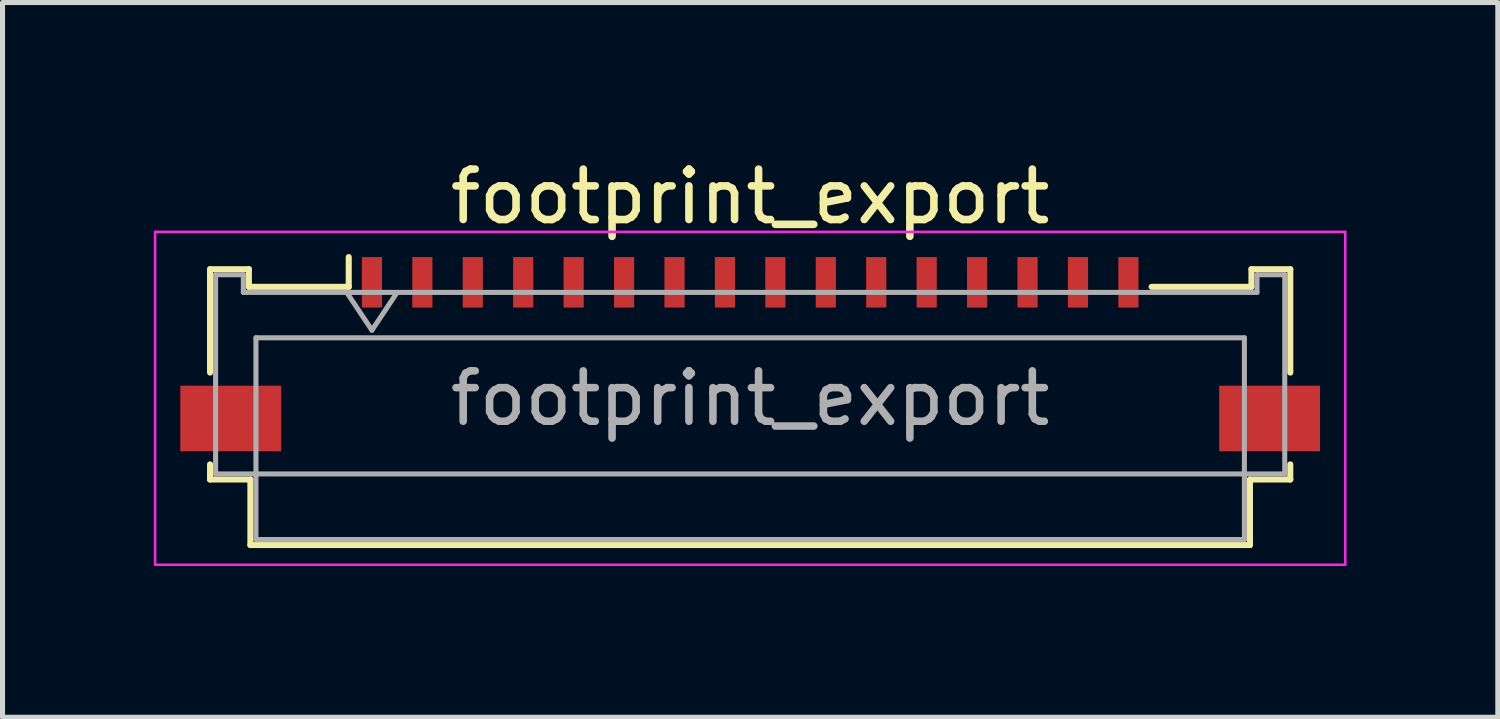
<source format=kicad_pcb>
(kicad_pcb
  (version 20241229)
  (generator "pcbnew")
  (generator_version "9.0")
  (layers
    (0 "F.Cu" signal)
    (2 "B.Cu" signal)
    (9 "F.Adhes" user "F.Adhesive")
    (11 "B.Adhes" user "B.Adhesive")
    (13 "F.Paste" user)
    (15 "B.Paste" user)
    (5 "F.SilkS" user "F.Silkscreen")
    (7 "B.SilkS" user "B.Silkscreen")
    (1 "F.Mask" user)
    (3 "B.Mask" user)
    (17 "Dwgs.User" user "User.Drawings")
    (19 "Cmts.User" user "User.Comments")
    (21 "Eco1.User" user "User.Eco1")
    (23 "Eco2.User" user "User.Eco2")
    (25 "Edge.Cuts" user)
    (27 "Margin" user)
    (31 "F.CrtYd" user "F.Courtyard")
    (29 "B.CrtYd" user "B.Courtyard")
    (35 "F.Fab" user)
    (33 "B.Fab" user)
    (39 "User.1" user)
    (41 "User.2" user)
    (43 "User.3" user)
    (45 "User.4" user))
  (footprint "footprint_export"
    (layer "F.Cu")
    (at 11.825 3.458)
    (property "Reference" "footprint_export" (at 0 -2.61 0) (layer "F.SilkS") (effects (font (size 1 1) (thickness 0.15))))
    (attr smd)
    (fp_line (start -10.71 -1.17) (end -10.71 0.88) (stroke (width 0.12) (type solid)) (layer "F.SilkS"))
    (fp_line (start -10.71 2.7) (end -10.71 3) (stroke (width 0.12) (type solid)) (layer "F.SilkS"))
    (fp_line (start -10.71 3) (end -9.91 3) (stroke (width 0.12) (type solid)) (layer "F.SilkS"))
    (fp_line (start -9.94 -1.17) (end -10.71 -1.17) (stroke (width 0.12) (type solid)) (layer "F.SilkS"))
    (fp_line (start -9.94 -0.82) (end -9.94 -1.17) (stroke (width 0.12) (type solid)) (layer "F.SilkS"))
    (fp_line (start -9.91 3) (end -9.91 4.3) (stroke (width 0.12) (type solid)) (layer "F.SilkS"))
    (fp_line (start -9.91 4.3) (end 9.91 4.3) (stroke (width 0.12) (type solid)) (layer "F.SilkS"))
    (fp_line (start -7.96 -1.41) (end -7.96 -0.82) (stroke (width 0.12) (type solid)) (layer "F.SilkS"))
    (fp_line (start -7.96 -0.82) (end -9.94 -0.82) (stroke (width 0.12) (type solid)) (layer "F.SilkS"))
    (fp_line (start 9.91 3) (end 10.71 3) (stroke (width 0.12) (type solid)) (layer "F.SilkS"))
    (fp_line (start 9.91 4.3) (end 9.91 3) (stroke (width 0.12) (type solid)) (layer "F.SilkS"))
    (fp_line (start 9.94 -1.17) (end 9.94 -0.82) (stroke (width 0.12) (type solid)) (layer "F.SilkS"))
    (fp_line (start 9.94 -0.82) (end 7.96 -0.82) (stroke (width 0.12) (type solid)) (layer "F.SilkS"))
    (fp_line (start 10.71 -1.17) (end 9.94 -1.17) (stroke (width 0.12) (type solid)) (layer "F.SilkS"))
    (fp_line (start 10.71 0.88) (end 10.71 -1.17) (stroke (width 0.12) (type solid)) (layer "F.SilkS"))
    (fp_line (start 10.71 3) (end 10.71 2.7) (stroke (width 0.12) (type solid)) (layer "F.SilkS"))
    (fp_line (start -11.8 -1.91) (end -11.8 4.69) (stroke (width 0.05) (type solid)) (layer "F.CrtYd"))
    (fp_line (start -11.8 4.69) (end 11.8 4.69) (stroke (width 0.05) (type solid)) (layer "F.CrtYd"))
    (fp_line (start 11.8 -1.91) (end -11.8 -1.91) (stroke (width 0.05) (type solid)) (layer "F.CrtYd"))
    (fp_line (start 11.8 4.69) (end 11.8 -1.91) (stroke (width 0.05) (type solid)) (layer "F.CrtYd"))
    (fp_line (start -10.6 -1.06) (end -10.6 2.89) (stroke (width 0.1) (type solid)) (layer "F.Fab"))
    (fp_line (start -10.6 2.89) (end 10.6 2.89) (stroke (width 0.1) (type solid)) (layer "F.Fab"))
    (fp_line (start -10.05 -1.06) (end -10.6 -1.06) (stroke (width 0.1) (type solid)) (layer "F.Fab"))
    (fp_line (start -10.05 -0.71) (end -10.05 -1.06) (stroke (width 0.1) (type solid)) (layer "F.Fab"))
    (fp_line (start -9.8 0.19) (end -9.8 4.19) (stroke (width 0.1) (type solid)) (layer "F.Fab"))
    (fp_line (start -9.8 4.19) (end 9.8 4.19) (stroke (width 0.1) (type solid)) (layer "F.Fab"))
    (fp_line (start -8 -0.71) (end -7.5 0.04) (stroke (width 0.1) (type solid)) (layer "F.Fab"))
    (fp_line (start -7.5 0.04) (end -7 -0.71) (stroke (width 0.1) (type solid)) (layer "F.Fab"))
    (fp_line (start 9.8 0.19) (end -9.8 0.19) (stroke (width 0.1) (type solid)) (layer "F.Fab"))
    (fp_line (start 9.8 4.19) (end 9.8 0.19) (stroke (width 0.1) (type solid)) (layer "F.Fab"))
    (fp_line (start 10.05 -1.06) (end 10.05 -0.71) (stroke (width 0.1) (type solid)) (layer "F.Fab"))
    (fp_line (start 10.05 -0.71) (end -10.05 -0.71) (stroke (width 0.1) (type solid)) (layer "F.Fab"))
    (fp_line (start 10.6 -1.06) (end 10.05 -1.06) (stroke (width 0.1) (type solid)) (layer "F.Fab"))
    (fp_line (start 10.6 2.89) (end 10.6 -1.06) (stroke (width 0.1) (type solid)) (layer "F.Fab"))
    (fp_text user "${REFERENCE}" (at 0 1.39 0) (layer "F.Fab") (effects (font (size 1 1) (thickness 0.15))))
    (pad "1" smd rect (at -7.5 -0.91) (size 0.4 1) (layers "F.Cu" "F.Mask" "F.Paste"))
    (pad "2" smd rect (at -6.5 -0.91) (size 0.4 1) (layers "F.Cu" "F.Mask" "F.Paste"))
    (pad "3" smd rect (at -5.5 -0.91) (size 0.4 1) (layers "F.Cu" "F.Mask" "F.Paste"))
    (pad "4" smd rect (at -4.5 -0.91) (size 0.4 1) (layers "F.Cu" "F.Mask" "F.Paste"))
    (pad "5" smd rect (at -3.5 -0.91) (size 0.4 1) (layers "F.Cu" "F.Mask" "F.Paste"))
    (pad "6" smd rect (at -2.5 -0.91) (size 0.4 1) (layers "F.Cu" "F.Mask" "F.Paste"))
    (pad "7" smd rect (at -1.5 -0.91) (size 0.4 1) (layers "F.Cu" "F.Mask" "F.Paste"))
    (pad "8" smd rect (at -0.5 -0.91) (size 0.4 1) (layers "F.Cu" "F.Mask" "F.Paste"))
    (pad "9" smd rect (at 0.5 -0.91) (size 0.4 1) (layers "F.Cu" "F.Mask" "F.Paste"))
    (pad "10" smd rect (at 1.5 -0.91) (size 0.4 1) (layers "F.Cu" "F.Mask" "F.Paste"))
    (pad "11" smd rect (at 2.5 -0.91) (size 0.4 1) (layers "F.Cu" "F.Mask" "F.Paste"))
    (pad "12" smd rect (at 3.5 -0.91) (size 0.4 1) (layers "F.Cu" "F.Mask" "F.Paste"))
    (pad "13" smd rect (at 4.5 -0.91) (size 0.4 1) (layers "F.Cu" "F.Mask" "F.Paste"))
    (pad "14" smd rect (at 5.5 -0.91) (size 0.4 1) (layers "F.Cu" "F.Mask" "F.Paste"))
    (pad "15" smd rect (at 6.5 -0.91) (size 0.4 1) (layers "F.Cu" "F.Mask" "F.Paste"))
    (pad "16" smd rect (at 7.5 -0.91) (size 0.4 1) (layers "F.Cu" "F.Mask" "F.Paste"))
    (pad "MP" smd rect (at -10.3 1.79) (size 2 1.3) (layers "F.Cu" "F.Mask" "F.Paste"))
    (pad "MP" smd rect (at 10.3 1.79) (size 2 1.3) (layers "F.Cu" "F.Mask" "F.Paste")))
  (gr_rect
    (start -3 -3)
    (end 26.65 11.173)
    (stroke (width 0.1) (type default))
    (fill no)
    (layer "Edge.Cuts")))
</source>
